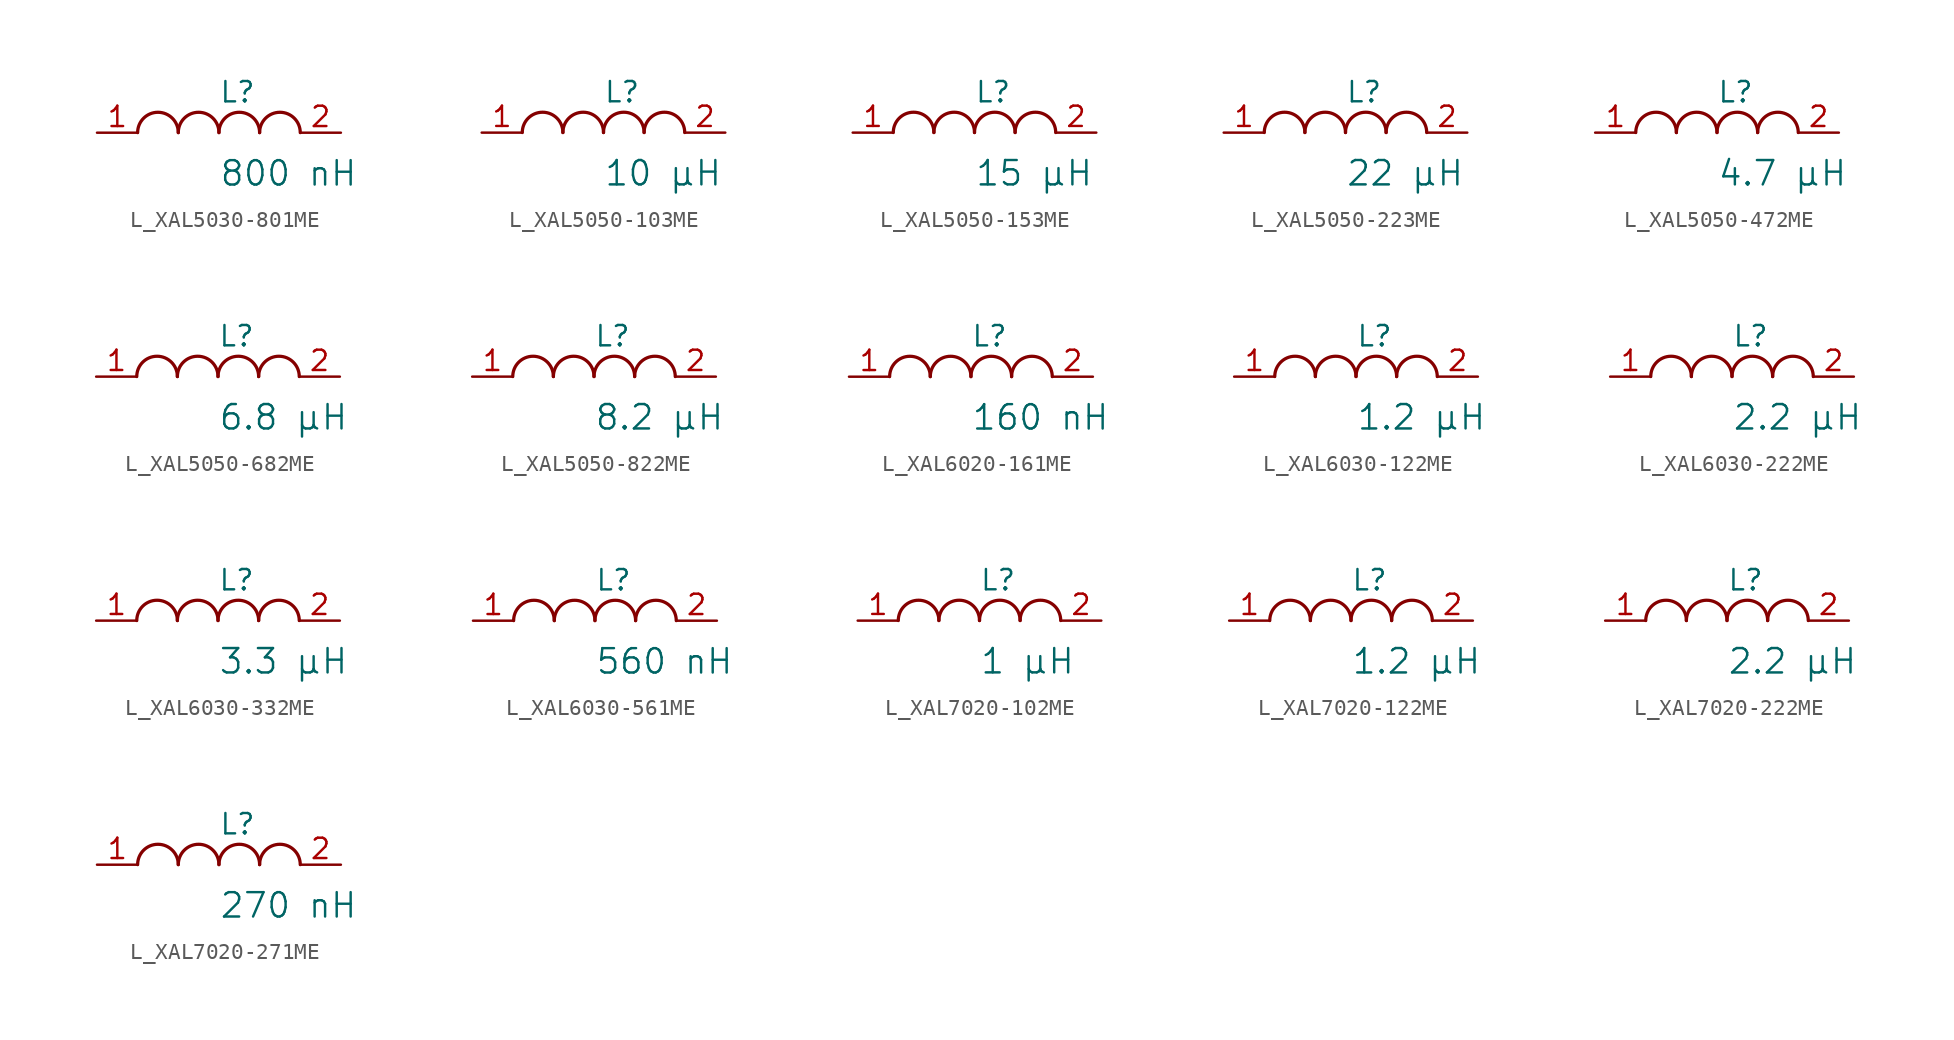
<source format=kicad_sym>
(kicad_symbol_lib
  (version 20231120)
  (generator "kicad_symbol_editor")
  (generator_version "8.0")
  (symbol "L_XAL5030-801ME"
    (pin_names
      (offset 0.254))
    (property "Reference" "L"
      (at 0 2.54 0)
      (effects (font (size 1.27 1.27)) (justify left)))
    (property "Value" "800 nH"
      (at 0 -2.54 0)
      (effects (font (size 1.524 1.524)) (justify left)))
    (symbol "L_XAL5030-801ME_1_1"
      (arc (start -2.54 0.0056) (mid -3.81 1.27) (end -5.08 0.0056) (stroke (width 0.2032) (type default)) (fill (type none)))
      (arc (start 0 0.0056) (mid -1.27 1.27) (end -2.54 0.0056) (stroke (width 0.2032) (type default)) (fill (type none)))
      (arc (start 2.54 0.0056) (mid 1.27 1.27) (end 0 0.0056) (stroke (width 0.2032) (type default)) (fill (type none)))
      (arc (start 5.08 0.0056) (mid 3.81 1.27) (end 2.54 0.0056) (stroke (width 0.2032) (type default)) (fill (type none)))
      (pin unspecified line (at -7.62 0 0) (length 2.54) (name "" (effects (font (size 1.27 1.27)))) (number "1" (effects (font (size 1.27 1.27)))))
      (pin unspecified line (at 7.62 0 180) (length 2.54) (name "" (effects (font (size 1.27 1.27)))) (number "2" (effects (font (size 1.27 1.27)))))))
  (symbol "L_XAL5050-103ME"
    (pin_names
      (offset 0.254))
    (property "Reference" "L"
      (at 0 2.54 0)
      (effects (font (size 1.27 1.27)) (justify left)))
    (property "Value" "10 µH"
      (at 0 -2.54 0)
      (effects (font (size 1.524 1.524)) (justify left)))
    (symbol "L_XAL5050-103ME_1_1"
      (arc (start -2.54 0.0056) (mid -3.81 1.27) (end -5.08 0.0056) (stroke (width 0.2032) (type default)) (fill (type none)))
      (arc (start 0 0.0056) (mid -1.27 1.27) (end -2.54 0.0056) (stroke (width 0.2032) (type default)) (fill (type none)))
      (arc (start 2.54 0.0056) (mid 1.27 1.27) (end 0 0.0056) (stroke (width 0.2032) (type default)) (fill (type none)))
      (arc (start 5.08 0.0056) (mid 3.81 1.27) (end 2.54 0.0056) (stroke (width 0.2032) (type default)) (fill (type none)))
      (pin unspecified line (at -7.62 0 0) (length 2.54) (name "" (effects (font (size 1.27 1.27)))) (number "1" (effects (font (size 1.27 1.27)))))
      (pin unspecified line (at 7.62 0 180) (length 2.54) (name "" (effects (font (size 1.27 1.27)))) (number "2" (effects (font (size 1.27 1.27)))))))
  (symbol "L_XAL5050-153ME"
    (pin_names
      (offset 0.254))
    (property "Reference" "L"
      (at 0 2.54 0)
      (effects (font (size 1.27 1.27)) (justify left)))
    (property "Value" "15 µH"
      (at 0 -2.54 0)
      (effects (font (size 1.524 1.524)) (justify left)))
    (symbol "L_XAL5050-153ME_1_1"
      (arc (start -2.54 0.0056) (mid -3.81 1.27) (end -5.08 0.0056) (stroke (width 0.2032) (type default)) (fill (type none)))
      (arc (start 0 0.0056) (mid -1.27 1.27) (end -2.54 0.0056) (stroke (width 0.2032) (type default)) (fill (type none)))
      (arc (start 2.54 0.0056) (mid 1.27 1.27) (end 0 0.0056) (stroke (width 0.2032) (type default)) (fill (type none)))
      (arc (start 5.08 0.0056) (mid 3.81 1.27) (end 2.54 0.0056) (stroke (width 0.2032) (type default)) (fill (type none)))
      (pin unspecified line (at -7.62 0 0) (length 2.54) (name "" (effects (font (size 1.27 1.27)))) (number "1" (effects (font (size 1.27 1.27)))))
      (pin unspecified line (at 7.62 0 180) (length 2.54) (name "" (effects (font (size 1.27 1.27)))) (number "2" (effects (font (size 1.27 1.27)))))))
  (symbol "L_XAL5050-223ME"
    (pin_names
      (offset 0.254))
    (property "Reference" "L"
      (at 0 2.54 0)
      (effects (font (size 1.27 1.27)) (justify left)))
    (property "Value" "22 µH"
      (at 0 -2.54 0)
      (effects (font (size 1.524 1.524)) (justify left)))
    (symbol "L_XAL5050-223ME_1_1"
      (arc (start -2.54 0.0056) (mid -3.81 1.27) (end -5.08 0.0056) (stroke (width 0.2032) (type default)) (fill (type none)))
      (arc (start 0 0.0056) (mid -1.27 1.27) (end -2.54 0.0056) (stroke (width 0.2032) (type default)) (fill (type none)))
      (arc (start 2.54 0.0056) (mid 1.27 1.27) (end 0 0.0056) (stroke (width 0.2032) (type default)) (fill (type none)))
      (arc (start 5.08 0.0056) (mid 3.81 1.27) (end 2.54 0.0056) (stroke (width 0.2032) (type default)) (fill (type none)))
      (pin unspecified line (at -7.62 0 0) (length 2.54) (name "" (effects (font (size 1.27 1.27)))) (number "1" (effects (font (size 1.27 1.27)))))
      (pin unspecified line (at 7.62 0 180) (length 2.54) (name "" (effects (font (size 1.27 1.27)))) (number "2" (effects (font (size 1.27 1.27)))))))
  (symbol "L_XAL5050-472ME"
    (pin_names
      (offset 0.254))
    (property "Reference" "L"
      (at 0 2.54 0)
      (effects (font (size 1.27 1.27)) (justify left)))
    (property "Value" "4.7 µH"
      (at 0 -2.54 0)
      (effects (font (size 1.524 1.524)) (justify left)))
    (symbol "L_XAL5050-472ME_1_1"
      (arc (start -2.54 0.0056) (mid -3.81 1.27) (end -5.08 0.0056) (stroke (width 0.2032) (type default)) (fill (type none)))
      (arc (start 0 0.0056) (mid -1.27 1.27) (end -2.54 0.0056) (stroke (width 0.2032) (type default)) (fill (type none)))
      (arc (start 2.54 0.0056) (mid 1.27 1.27) (end 0 0.0056) (stroke (width 0.2032) (type default)) (fill (type none)))
      (arc (start 5.08 0.0056) (mid 3.81 1.27) (end 2.54 0.0056) (stroke (width 0.2032) (type default)) (fill (type none)))
      (pin unspecified line (at -7.62 0 0) (length 2.54) (name "" (effects (font (size 1.27 1.27)))) (number "1" (effects (font (size 1.27 1.27)))))
      (pin unspecified line (at 7.62 0 180) (length 2.54) (name "" (effects (font (size 1.27 1.27)))) (number "2" (effects (font (size 1.27 1.27)))))))
  (symbol "L_XAL5050-682ME"
    (pin_names
      (offset 0.254))
    (property "Reference" "L"
      (at 0 2.54 0)
      (effects (font (size 1.27 1.27)) (justify left)))
    (property "Value" "6.8 µH"
      (at 0 -2.54 0)
      (effects (font (size 1.524 1.524)) (justify left)))
    (symbol "L_XAL5050-682ME_1_1"
      (arc (start -2.54 0.0056) (mid -3.81 1.27) (end -5.08 0.0056) (stroke (width 0.2032) (type default)) (fill (type none)))
      (arc (start 0 0.0056) (mid -1.27 1.27) (end -2.54 0.0056) (stroke (width 0.2032) (type default)) (fill (type none)))
      (arc (start 2.54 0.0056) (mid 1.27 1.27) (end 0 0.0056) (stroke (width 0.2032) (type default)) (fill (type none)))
      (arc (start 5.08 0.0056) (mid 3.81 1.27) (end 2.54 0.0056) (stroke (width 0.2032) (type default)) (fill (type none)))
      (pin unspecified line (at -7.62 0 0) (length 2.54) (name "" (effects (font (size 1.27 1.27)))) (number "1" (effects (font (size 1.27 1.27)))))
      (pin unspecified line (at 7.62 0 180) (length 2.54) (name "" (effects (font (size 1.27 1.27)))) (number "2" (effects (font (size 1.27 1.27)))))))
  (symbol "L_XAL5050-822ME"
    (pin_names
      (offset 0.254))
    (property "Reference" "L"
      (at 0 2.54 0)
      (effects (font (size 1.27 1.27)) (justify left)))
    (property "Value" "8.2 µH"
      (at 0 -2.54 0)
      (effects (font (size 1.524 1.524)) (justify left)))
    (symbol "L_XAL5050-822ME_1_1"
      (arc (start -2.54 0.0056) (mid -3.81 1.27) (end -5.08 0.0056) (stroke (width 0.2032) (type default)) (fill (type none)))
      (arc (start 0 0.0056) (mid -1.27 1.27) (end -2.54 0.0056) (stroke (width 0.2032) (type default)) (fill (type none)))
      (arc (start 2.54 0.0056) (mid 1.27 1.27) (end 0 0.0056) (stroke (width 0.2032) (type default)) (fill (type none)))
      (arc (start 5.08 0.0056) (mid 3.81 1.27) (end 2.54 0.0056) (stroke (width 0.2032) (type default)) (fill (type none)))
      (pin unspecified line (at -7.62 0 0) (length 2.54) (name "" (effects (font (size 1.27 1.27)))) (number "1" (effects (font (size 1.27 1.27)))))
      (pin unspecified line (at 7.62 0 180) (length 2.54) (name "" (effects (font (size 1.27 1.27)))) (number "2" (effects (font (size 1.27 1.27)))))))
  (symbol "L_XAL6020-161ME"
    (pin_names
      (offset 0.254))
    (property "Reference" "L"
      (at 0 2.54 0)
      (effects (font (size 1.27 1.27)) (justify left)))
    (property "Value" "160 nH"
      (at 0 -2.54 0)
      (effects (font (size 1.524 1.524)) (justify left)))
    (symbol "L_XAL6020-161ME_1_1"
      (arc (start -2.54 0.0056) (mid -3.81 1.27) (end -5.08 0.0056) (stroke (width 0.2032) (type default)) (fill (type none)))
      (arc (start 0 0.0056) (mid -1.27 1.27) (end -2.54 0.0056) (stroke (width 0.2032) (type default)) (fill (type none)))
      (arc (start 2.54 0.0056) (mid 1.27 1.27) (end 0 0.0056) (stroke (width 0.2032) (type default)) (fill (type none)))
      (arc (start 5.08 0.0056) (mid 3.81 1.27) (end 2.54 0.0056) (stroke (width 0.2032) (type default)) (fill (type none)))
      (pin unspecified line (at -7.62 0 0) (length 2.54) (name "" (effects (font (size 1.27 1.27)))) (number "1" (effects (font (size 1.27 1.27)))))
      (pin unspecified line (at 7.62 0 180) (length 2.54) (name "" (effects (font (size 1.27 1.27)))) (number "2" (effects (font (size 1.27 1.27)))))))
  (symbol "L_XAL6030-122ME"
    (pin_names
      (offset 0.254))
    (property "Reference" "L"
      (at 0 2.54 0)
      (effects (font (size 1.27 1.27)) (justify left)))
    (property "Value" "1.2 µH"
      (at 0 -2.54 0)
      (effects (font (size 1.524 1.524)) (justify left)))
    (symbol "L_XAL6030-122ME_1_1"
      (arc (start -2.54 0.0056) (mid -3.81 1.27) (end -5.08 0.0056) (stroke (width 0.2032) (type default)) (fill (type none)))
      (arc (start 0 0.0056) (mid -1.27 1.27) (end -2.54 0.0056) (stroke (width 0.2032) (type default)) (fill (type none)))
      (arc (start 2.54 0.0056) (mid 1.27 1.27) (end 0 0.0056) (stroke (width 0.2032) (type default)) (fill (type none)))
      (arc (start 5.08 0.0056) (mid 3.81 1.27) (end 2.54 0.0056) (stroke (width 0.2032) (type default)) (fill (type none)))
      (pin unspecified line (at -7.62 0 0) (length 2.54) (name "" (effects (font (size 1.27 1.27)))) (number "1" (effects (font (size 1.27 1.27)))))
      (pin unspecified line (at 7.62 0 180) (length 2.54) (name "" (effects (font (size 1.27 1.27)))) (number "2" (effects (font (size 1.27 1.27)))))))
  (symbol "L_XAL6030-222ME"
    (pin_names
      (offset 0.254))
    (property "Reference" "L"
      (at 0 2.54 0)
      (effects (font (size 1.27 1.27)) (justify left)))
    (property "Value" "2.2 µH"
      (at 0 -2.54 0)
      (effects (font (size 1.524 1.524)) (justify left)))
    (symbol "L_XAL6030-222ME_1_1"
      (arc (start -2.54 0.0056) (mid -3.81 1.27) (end -5.08 0.0056) (stroke (width 0.2032) (type default)) (fill (type none)))
      (arc (start 0 0.0056) (mid -1.27 1.27) (end -2.54 0.0056) (stroke (width 0.2032) (type default)) (fill (type none)))
      (arc (start 2.54 0.0056) (mid 1.27 1.27) (end 0 0.0056) (stroke (width 0.2032) (type default)) (fill (type none)))
      (arc (start 5.08 0.0056) (mid 3.81 1.27) (end 2.54 0.0056) (stroke (width 0.2032) (type default)) (fill (type none)))
      (pin unspecified line (at -7.62 0 0) (length 2.54) (name "" (effects (font (size 1.27 1.27)))) (number "1" (effects (font (size 1.27 1.27)))))
      (pin unspecified line (at 7.62 0 180) (length 2.54) (name "" (effects (font (size 1.27 1.27)))) (number "2" (effects (font (size 1.27 1.27)))))))
  (symbol "L_XAL6030-332ME"
    (pin_names
      (offset 0.254))
    (property "Reference" "L"
      (at 0 2.54 0)
      (effects (font (size 1.27 1.27)) (justify left)))
    (property "Value" "3.3 µH"
      (at 0 -2.54 0)
      (effects (font (size 1.524 1.524)) (justify left)))
    (symbol "L_XAL6030-332ME_1_1"
      (arc (start -2.54 0.0056) (mid -3.81 1.27) (end -5.08 0.0056) (stroke (width 0.2032) (type default)) (fill (type none)))
      (arc (start 0 0.0056) (mid -1.27 1.27) (end -2.54 0.0056) (stroke (width 0.2032) (type default)) (fill (type none)))
      (arc (start 2.54 0.0056) (mid 1.27 1.27) (end 0 0.0056) (stroke (width 0.2032) (type default)) (fill (type none)))
      (arc (start 5.08 0.0056) (mid 3.81 1.27) (end 2.54 0.0056) (stroke (width 0.2032) (type default)) (fill (type none)))
      (pin unspecified line (at -7.62 0 0) (length 2.54) (name "" (effects (font (size 1.27 1.27)))) (number "1" (effects (font (size 1.27 1.27)))))
      (pin unspecified line (at 7.62 0 180) (length 2.54) (name "" (effects (font (size 1.27 1.27)))) (number "2" (effects (font (size 1.27 1.27)))))))
  (symbol "L_XAL6030-561ME"
    (pin_names
      (offset 0.254))
    (property "Reference" "L"
      (at 0 2.54 0)
      (effects (font (size 1.27 1.27)) (justify left)))
    (property "Value" "560 nH"
      (at 0 -2.54 0)
      (effects (font (size 1.524 1.524)) (justify left)))
    (symbol "L_XAL6030-561ME_1_1"
      (arc (start -2.54 0.0056) (mid -3.81 1.27) (end -5.08 0.0056) (stroke (width 0.2032) (type default)) (fill (type none)))
      (arc (start 0 0.0056) (mid -1.27 1.27) (end -2.54 0.0056) (stroke (width 0.2032) (type default)) (fill (type none)))
      (arc (start 2.54 0.0056) (mid 1.27 1.27) (end 0 0.0056) (stroke (width 0.2032) (type default)) (fill (type none)))
      (arc (start 5.08 0.0056) (mid 3.81 1.27) (end 2.54 0.0056) (stroke (width 0.2032) (type default)) (fill (type none)))
      (pin unspecified line (at -7.62 0 0) (length 2.54) (name "" (effects (font (size 1.27 1.27)))) (number "1" (effects (font (size 1.27 1.27)))))
      (pin unspecified line (at 7.62 0 180) (length 2.54) (name "" (effects (font (size 1.27 1.27)))) (number "2" (effects (font (size 1.27 1.27)))))))
  (symbol "L_XAL7020-102ME"
    (pin_names
      (offset 0.254))
    (property "Reference" "L"
      (at 0 2.54 0)
      (effects (font (size 1.27 1.27)) (justify left)))
    (property "Value" "1 µH"
      (at 0 -2.54 0)
      (effects (font (size 1.524 1.524)) (justify left)))
    (symbol "L_XAL7020-102ME_1_1"
      (arc (start -2.54 0.0056) (mid -3.81 1.27) (end -5.08 0.0056) (stroke (width 0.2032) (type default)) (fill (type none)))
      (arc (start 0 0.0056) (mid -1.27 1.27) (end -2.54 0.0056) (stroke (width 0.2032) (type default)) (fill (type none)))
      (arc (start 2.54 0.0056) (mid 1.27 1.27) (end 0 0.0056) (stroke (width 0.2032) (type default)) (fill (type none)))
      (arc (start 5.08 0.0056) (mid 3.81 1.27) (end 2.54 0.0056) (stroke (width 0.2032) (type default)) (fill (type none)))
      (pin unspecified line (at -7.62 0 0) (length 2.54) (name "" (effects (font (size 1.27 1.27)))) (number "1" (effects (font (size 1.27 1.27)))))
      (pin unspecified line (at 7.62 0 180) (length 2.54) (name "" (effects (font (size 1.27 1.27)))) (number "2" (effects (font (size 1.27 1.27)))))))
  (symbol "L_XAL7020-122ME"
    (pin_names
      (offset 0.254))
    (property "Reference" "L"
      (at 0 2.54 0)
      (effects (font (size 1.27 1.27)) (justify left)))
    (property "Value" "1.2 µH"
      (at 0 -2.54 0)
      (effects (font (size 1.524 1.524)) (justify left)))
    (symbol "L_XAL7020-122ME_1_1"
      (arc (start -2.54 0.0056) (mid -3.81 1.27) (end -5.08 0.0056) (stroke (width 0.2032) (type default)) (fill (type none)))
      (arc (start 0 0.0056) (mid -1.27 1.27) (end -2.54 0.0056) (stroke (width 0.2032) (type default)) (fill (type none)))
      (arc (start 2.54 0.0056) (mid 1.27 1.27) (end 0 0.0056) (stroke (width 0.2032) (type default)) (fill (type none)))
      (arc (start 5.08 0.0056) (mid 3.81 1.27) (end 2.54 0.0056) (stroke (width 0.2032) (type default)) (fill (type none)))
      (pin unspecified line (at -7.62 0 0) (length 2.54) (name "" (effects (font (size 1.27 1.27)))) (number "1" (effects (font (size 1.27 1.27)))))
      (pin unspecified line (at 7.62 0 180) (length 2.54) (name "" (effects (font (size 1.27 1.27)))) (number "2" (effects (font (size 1.27 1.27)))))))
  (symbol "L_XAL7020-222ME"
    (pin_names
      (offset 0.254))
    (property "Reference" "L"
      (at 0 2.54 0)
      (effects (font (size 1.27 1.27)) (justify left)))
    (property "Value" "2.2 µH"
      (at 0 -2.54 0)
      (effects (font (size 1.524 1.524)) (justify left)))
    (symbol "L_XAL7020-222ME_1_1"
      (arc (start -2.54 0.0056) (mid -3.81 1.27) (end -5.08 0.0056) (stroke (width 0.2032) (type default)) (fill (type none)))
      (arc (start 0 0.0056) (mid -1.27 1.27) (end -2.54 0.0056) (stroke (width 0.2032) (type default)) (fill (type none)))
      (arc (start 2.54 0.0056) (mid 1.27 1.27) (end 0 0.0056) (stroke (width 0.2032) (type default)) (fill (type none)))
      (arc (start 5.08 0.0056) (mid 3.81 1.27) (end 2.54 0.0056) (stroke (width 0.2032) (type default)) (fill (type none)))
      (pin unspecified line (at -7.62 0 0) (length 2.54) (name "" (effects (font (size 1.27 1.27)))) (number "1" (effects (font (size 1.27 1.27)))))
      (pin unspecified line (at 7.62 0 180) (length 2.54) (name "" (effects (font (size 1.27 1.27)))) (number "2" (effects (font (size 1.27 1.27)))))))
  (symbol "L_XAL7020-271ME"
    (pin_names
      (offset 0.254))
    (property "Reference" "L"
      (at 0 2.54 0)
      (effects (font (size 1.27 1.27)) (justify left)))
    (property "Value" "270 nH"
      (at 0 -2.54 0)
      (effects (font (size 1.524 1.524)) (justify left)))
    (symbol "L_XAL7020-271ME_1_1"
      (arc (start -2.54 0.0056) (mid -3.81 1.27) (end -5.08 0.0056) (stroke (width 0.2032) (type default)) (fill (type none)))
      (arc (start 0 0.0056) (mid -1.27 1.27) (end -2.54 0.0056) (stroke (width 0.2032) (type default)) (fill (type none)))
      (arc (start 2.54 0.0056) (mid 1.27 1.27) (end 0 0.0056) (stroke (width 0.2032) (type default)) (fill (type none)))
      (arc (start 5.08 0.0056) (mid 3.81 1.27) (end 2.54 0.0056) (stroke (width 0.2032) (type default)) (fill (type none)))
      (pin unspecified line (at -7.62 0 0) (length 2.54) (name "" (effects (font (size 1.27 1.27)))) (number "1" (effects (font (size 1.27 1.27)))))
      (pin unspecified line (at 7.62 0 180) (length 2.54) (name "" (effects (font (size 1.27 1.27)))) (number "2" (effects (font (size 1.27 1.27))))))))
</source>
